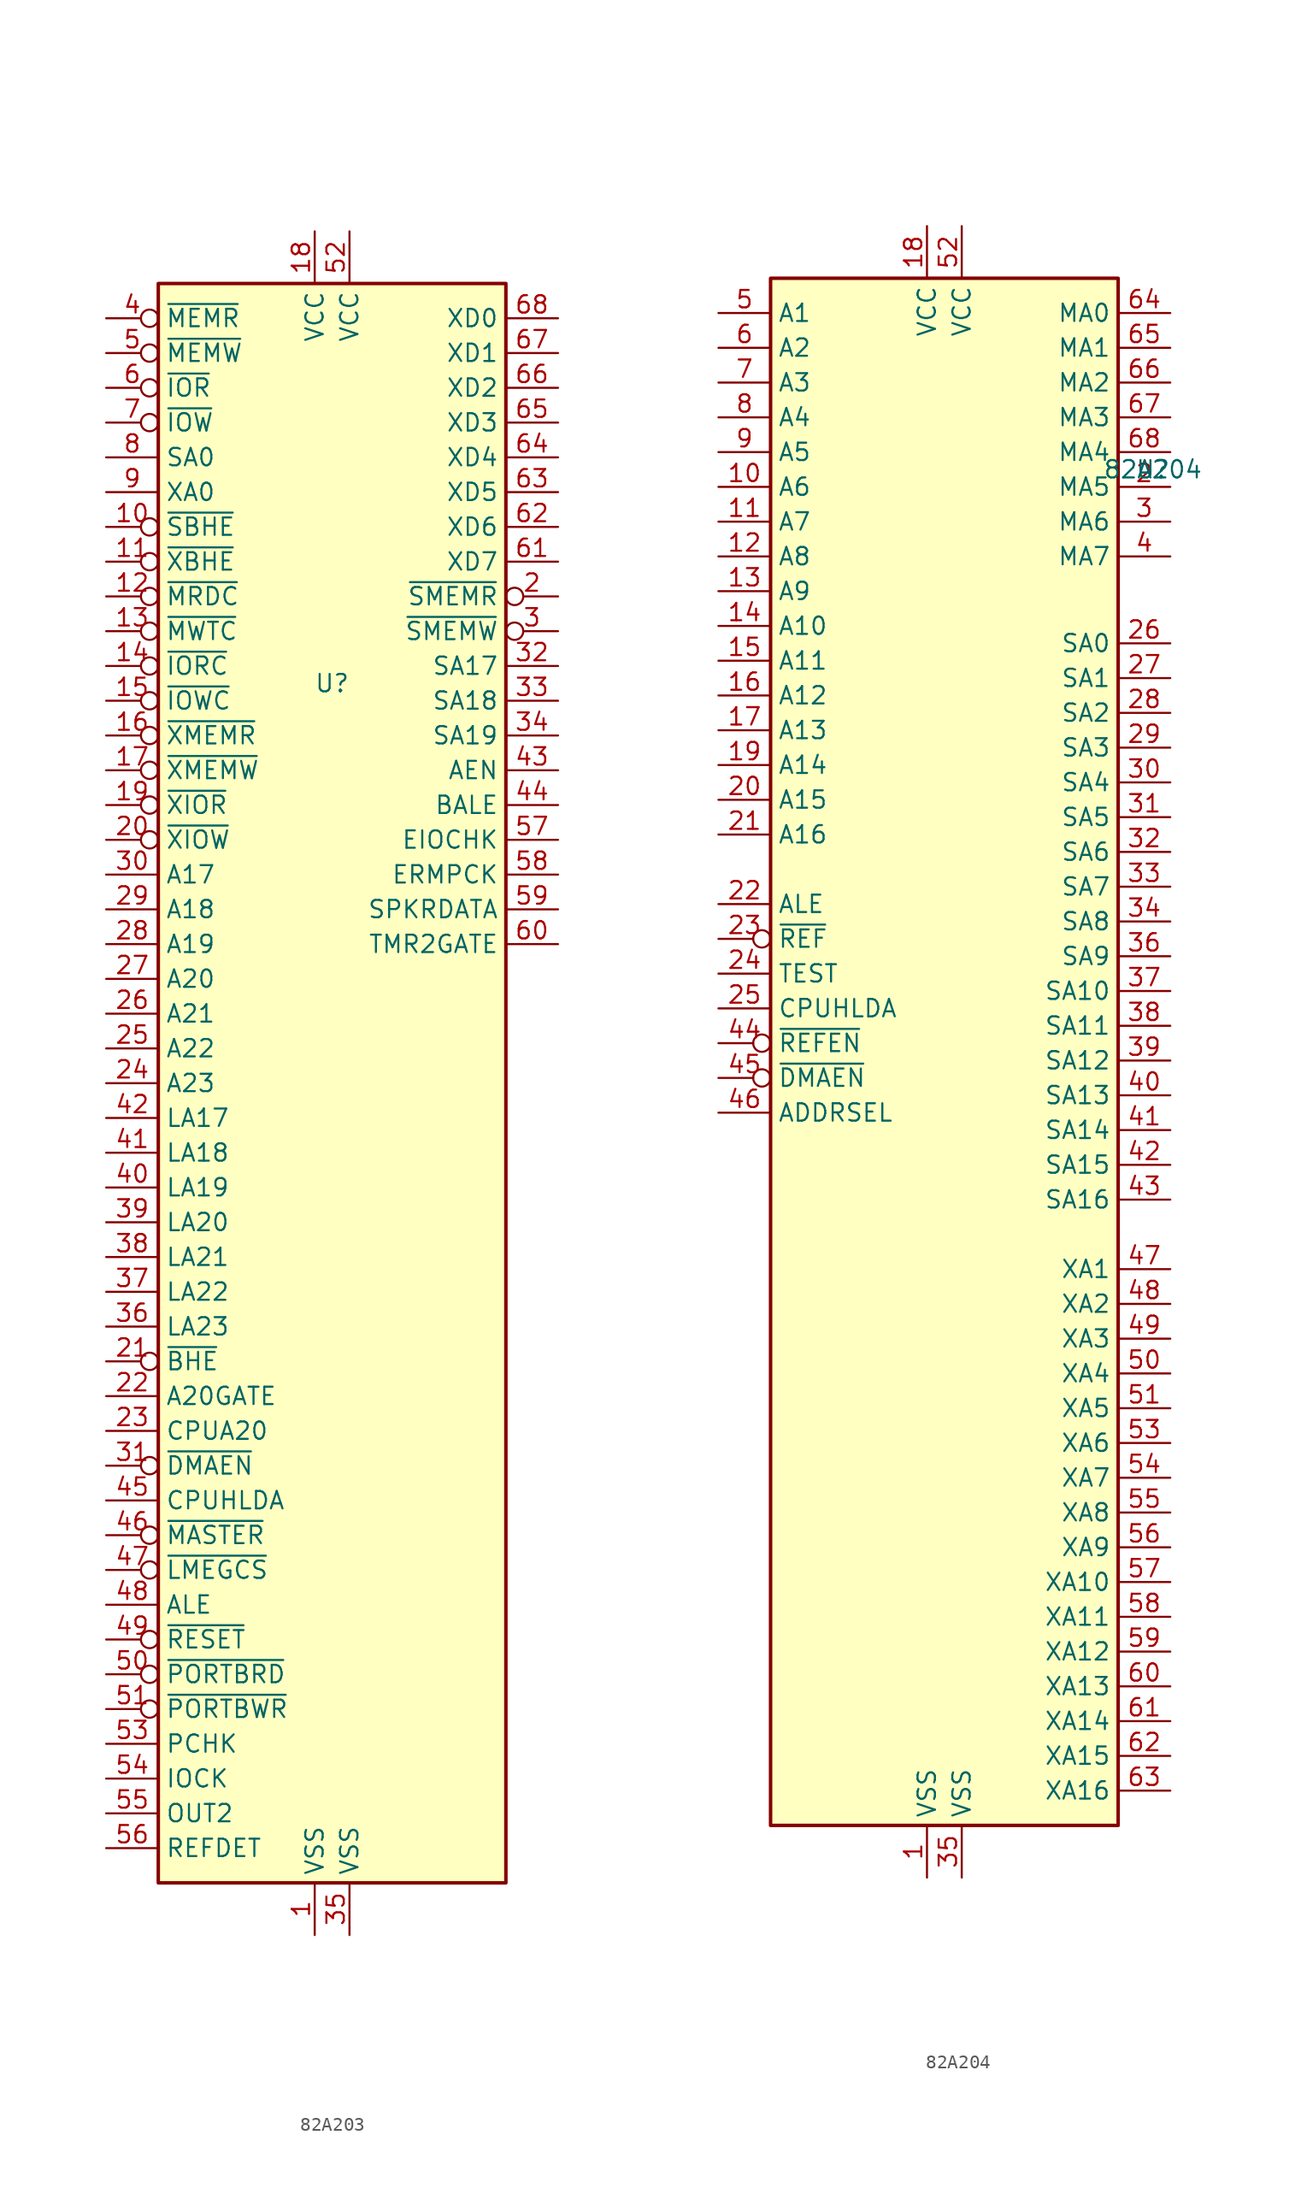
<source format=kicad_sym>
(kicad_symbol_lib
  (version 20231120)
  (generator "kicad_symbol_editor")
  (generator_version "8.0")
  (symbol "82A203"
    (property "Reference" "U"
      (at 0 29.21 0)
      (effects (font (size 1.27 1.27))))
    (property "Value" ""
      (at -1.27 53.34 0)
      (effects (font (size 1.27 1.27))))
    (symbol "82A203_1_1"
      (rectangle (start -12.7 58.42) (end 12.7 -58.42) (stroke (width 0.254) (type default)) (fill (type background)))
      (pin power_in line (at -1.27 -62.23 90) (length 3.81) (name "VSS" (effects (font (size 1.27 1.27)))) (number "1" (effects (font (size 1.27 1.27)))))
      (pin bidirectional inverted (at -16.51 40.64 0) (length 3.81) (name "~{SBHE}" (effects (font (size 1.27 1.27)))) (number "10" (effects (font (size 1.27 1.27)))))
      (pin bidirectional inverted (at -16.51 38.1 0) (length 3.81) (name "~{XBHE}" (effects (font (size 1.27 1.27)))) (number "11" (effects (font (size 1.27 1.27)))))
      (pin bidirectional inverted (at -16.51 35.56 0) (length 3.81) (name "~{MRDC}" (effects (font (size 1.27 1.27)))) (number "12" (effects (font (size 1.27 1.27)))))
      (pin bidirectional inverted (at -16.51 33.02 0) (length 3.81) (name "~{MWTC}" (effects (font (size 1.27 1.27)))) (number "13" (effects (font (size 1.27 1.27)))))
      (pin bidirectional inverted (at -16.51 30.48 0) (length 3.81) (name "~{IORC}" (effects (font (size 1.27 1.27)))) (number "14" (effects (font (size 1.27 1.27)))))
      (pin bidirectional inverted (at -16.51 27.94 0) (length 3.81) (name "~{IOWC}" (effects (font (size 1.27 1.27)))) (number "15" (effects (font (size 1.27 1.27)))))
      (pin bidirectional inverted (at -16.51 25.4 0) (length 3.81) (name "~{XMEMR}" (effects (font (size 1.27 1.27)))) (number "16" (effects (font (size 1.27 1.27)))))
      (pin bidirectional inverted (at -16.51 22.86 0) (length 3.81) (name "~{XMEMW}" (effects (font (size 1.27 1.27)))) (number "17" (effects (font (size 1.27 1.27)))))
      (pin power_in line (at -1.27 62.23 270) (length 3.81) (name "VCC" (effects (font (size 1.27 1.27)))) (number "18" (effects (font (size 1.27 1.27)))))
      (pin bidirectional inverted (at -16.51 20.32 0) (length 3.81) (name "~{XIOR}" (effects (font (size 1.27 1.27)))) (number "19" (effects (font (size 1.27 1.27)))))
      (pin output inverted (at 16.51 35.56 180) (length 3.81) (name "~{SMEMR}" (effects (font (size 1.27 1.27)))) (number "2" (effects (font (size 1.27 1.27)))))
      (pin bidirectional inverted (at -16.51 17.78 0) (length 3.81) (name "~{XIOW}" (effects (font (size 1.27 1.27)))) (number "20" (effects (font (size 1.27 1.27)))))
      (pin input inverted (at -16.51 -20.32 0) (length 3.81) (name "~{BHE}" (effects (font (size 1.27 1.27)))) (number "21" (effects (font (size 1.27 1.27)))))
      (pin input line (at -16.51 -22.86 0) (length 3.81) (name "A20GATE" (effects (font (size 1.27 1.27)))) (number "22" (effects (font (size 1.27 1.27)))))
      (pin input line (at -16.51 -25.4 0) (length 3.81) (name "CPUA20" (effects (font (size 1.27 1.27)))) (number "23" (effects (font (size 1.27 1.27)))))
      (pin bidirectional line (at -16.51 0 0) (length 3.81) (name "A23" (effects (font (size 1.27 1.27)))) (number "24" (effects (font (size 1.27 1.27)))))
      (pin bidirectional line (at -16.51 2.54 0) (length 3.81) (name "A22" (effects (font (size 1.27 1.27)))) (number "25" (effects (font (size 1.27 1.27)))))
      (pin bidirectional line (at -16.51 5.08 0) (length 3.81) (name "A21" (effects (font (size 1.27 1.27)))) (number "26" (effects (font (size 1.27 1.27)))))
      (pin bidirectional line (at -16.51 7.62 0) (length 3.81) (name "A20" (effects (font (size 1.27 1.27)))) (number "27" (effects (font (size 1.27 1.27)))))
      (pin bidirectional line (at -16.51 10.16 0) (length 3.81) (name "A19" (effects (font (size 1.27 1.27)))) (number "28" (effects (font (size 1.27 1.27)))))
      (pin bidirectional line (at -16.51 12.7 0) (length 3.81) (name "A18" (effects (font (size 1.27 1.27)))) (number "29" (effects (font (size 1.27 1.27)))))
      (pin output inverted (at 16.51 33.02 180) (length 3.81) (name "~{SMEMW}" (effects (font (size 1.27 1.27)))) (number "3" (effects (font (size 1.27 1.27)))))
      (pin bidirectional line (at -16.51 15.24 0) (length 3.81) (name "A17" (effects (font (size 1.27 1.27)))) (number "30" (effects (font (size 1.27 1.27)))))
      (pin input inverted (at -16.51 -27.94 0) (length 3.81) (name "~{DMAEN}" (effects (font (size 1.27 1.27)))) (number "31" (effects (font (size 1.27 1.27)))))
      (pin output line (at 16.51 30.48 180) (length 3.81) (name "SA17" (effects (font (size 1.27 1.27)))) (number "32" (effects (font (size 1.27 1.27)))))
      (pin output line (at 16.51 27.94 180) (length 3.81) (name "SA18" (effects (font (size 1.27 1.27)))) (number "33" (effects (font (size 1.27 1.27)))))
      (pin output line (at 16.51 25.4 180) (length 3.81) (name "SA19" (effects (font (size 1.27 1.27)))) (number "34" (effects (font (size 1.27 1.27)))))
      (pin power_in line (at 1.27 -62.23 90) (length 3.81) (name "VSS" (effects (font (size 1.27 1.27)))) (number "35" (effects (font (size 1.27 1.27)))))
      (pin bidirectional line (at -16.51 -17.78 0) (length 3.81) (name "LA23" (effects (font (size 1.27 1.27)))) (number "36" (effects (font (size 1.27 1.27)))))
      (pin bidirectional line (at -16.51 -15.24 0) (length 3.81) (name "LA22" (effects (font (size 1.27 1.27)))) (number "37" (effects (font (size 1.27 1.27)))))
      (pin bidirectional line (at -16.51 -12.7 0) (length 3.81) (name "LA21" (effects (font (size 1.27 1.27)))) (number "38" (effects (font (size 1.27 1.27)))))
      (pin bidirectional line (at -16.51 -10.16 0) (length 3.81) (name "LA20" (effects (font (size 1.27 1.27)))) (number "39" (effects (font (size 1.27 1.27)))))
      (pin bidirectional inverted (at -16.51 55.88 0) (length 3.81) (name "~{MEMR}" (effects (font (size 1.27 1.27)))) (number "4" (effects (font (size 1.27 1.27)))))
      (pin bidirectional line (at -16.51 -7.62 0) (length 3.81) (name "LA19" (effects (font (size 1.27 1.27)))) (number "40" (effects (font (size 1.27 1.27)))))
      (pin bidirectional line (at -16.51 -5.08 0) (length 3.81) (name "LA18" (effects (font (size 1.27 1.27)))) (number "41" (effects (font (size 1.27 1.27)))))
      (pin bidirectional line (at -16.51 -2.54 0) (length 3.81) (name "LA17" (effects (font (size 1.27 1.27)))) (number "42" (effects (font (size 1.27 1.27)))))
      (pin output line (at 16.51 22.86 180) (length 3.81) (name "AEN" (effects (font (size 1.27 1.27)))) (number "43" (effects (font (size 1.27 1.27)))))
      (pin output line (at 16.51 20.32 180) (length 3.81) (name "BALE" (effects (font (size 1.27 1.27)))) (number "44" (effects (font (size 1.27 1.27)))))
      (pin input line (at -16.51 -30.48 0) (length 3.81) (name "CPUHLDA" (effects (font (size 1.27 1.27)))) (number "45" (effects (font (size 1.27 1.27)))))
      (pin input inverted (at -16.51 -33.02 0) (length 3.81) (name "~{MASTER}" (effects (font (size 1.27 1.27)))) (number "46" (effects (font (size 1.27 1.27)))))
      (pin input inverted (at -16.51 -35.56 0) (length 3.81) (name "~{LMEGCS}" (effects (font (size 1.27 1.27)))) (number "47" (effects (font (size 1.27 1.27)))))
      (pin input line (at -16.51 -38.1 0) (length 3.81) (name "ALE" (effects (font (size 1.27 1.27)))) (number "48" (effects (font (size 1.27 1.27)))))
      (pin input inverted (at -16.51 -40.64 0) (length 3.81) (name "~{RESET}" (effects (font (size 1.27 1.27)))) (number "49" (effects (font (size 1.27 1.27)))))
      (pin bidirectional inverted (at -16.51 53.34 0) (length 3.81) (name "~{MEMW}" (effects (font (size 1.27 1.27)))) (number "5" (effects (font (size 1.27 1.27)))))
      (pin input inverted (at -16.51 -43.18 0) (length 3.81) (name "~{PORTBRD}" (effects (font (size 1.27 1.27)))) (number "50" (effects (font (size 1.27 1.27)))))
      (pin input inverted (at -16.51 -45.72 0) (length 3.81) (name "~{PORTBWR}" (effects (font (size 1.27 1.27)))) (number "51" (effects (font (size 1.27 1.27)))))
      (pin power_in line (at 1.27 62.23 270) (length 3.81) (name "VCC" (effects (font (size 1.27 1.27)))) (number "52" (effects (font (size 1.27 1.27)))))
      (pin input line (at -16.51 -48.26 0) (length 3.81) (name "PCHK" (effects (font (size 1.27 1.27)))) (number "53" (effects (font (size 1.27 1.27)))))
      (pin input line (at -16.51 -50.8 0) (length 3.81) (name "IOCK" (effects (font (size 1.27 1.27)))) (number "54" (effects (font (size 1.27 1.27)))))
      (pin input line (at -16.51 -53.34 0) (length 3.81) (name "OUT2" (effects (font (size 1.27 1.27)))) (number "55" (effects (font (size 1.27 1.27)))))
      (pin input line (at -16.51 -55.88 0) (length 3.81) (name "REFDET" (effects (font (size 1.27 1.27)))) (number "56" (effects (font (size 1.27 1.27)))))
      (pin output line (at 16.51 17.78 180) (length 3.81) (name "EIOCHK" (effects (font (size 1.27 1.27)))) (number "57" (effects (font (size 1.27 1.27)))))
      (pin output line (at 16.51 15.24 180) (length 3.81) (name "ERMPCK" (effects (font (size 1.27 1.27)))) (number "58" (effects (font (size 1.27 1.27)))))
      (pin output line (at 16.51 12.7 180) (length 3.81) (name "SPKRDATA" (effects (font (size 1.27 1.27)))) (number "59" (effects (font (size 1.27 1.27)))))
      (pin bidirectional inverted (at -16.51 50.8 0) (length 3.81) (name "~{IOR}" (effects (font (size 1.27 1.27)))) (number "6" (effects (font (size 1.27 1.27)))))
      (pin output line (at 16.51 10.16 180) (length 3.81) (name "TMR2GATE" (effects (font (size 1.27 1.27)))) (number "60" (effects (font (size 1.27 1.27)))))
      (pin output line (at 16.51 38.1 180) (length 3.81) (name "XD7" (effects (font (size 1.27 1.27)))) (number "61" (effects (font (size 1.27 1.27)))))
      (pin output line (at 16.51 40.64 180) (length 3.81) (name "XD6" (effects (font (size 1.27 1.27)))) (number "62" (effects (font (size 1.27 1.27)))))
      (pin output line (at 16.51 43.18 180) (length 3.81) (name "XD5" (effects (font (size 1.27 1.27)))) (number "63" (effects (font (size 1.27 1.27)))))
      (pin output line (at 16.51 45.72 180) (length 3.81) (name "XD4" (effects (font (size 1.27 1.27)))) (number "64" (effects (font (size 1.27 1.27)))))
      (pin bidirectional line (at 16.51 48.26 180) (length 3.81) (name "XD3" (effects (font (size 1.27 1.27)))) (number "65" (effects (font (size 1.27 1.27)))))
      (pin bidirectional line (at 16.51 50.8 180) (length 3.81) (name "XD2" (effects (font (size 1.27 1.27)))) (number "66" (effects (font (size 1.27 1.27)))))
      (pin bidirectional line (at 16.51 53.34 180) (length 3.81) (name "XD1" (effects (font (size 1.27 1.27)))) (number "67" (effects (font (size 1.27 1.27)))))
      (pin bidirectional line (at 16.51 55.88 180) (length 3.81) (name "XD0" (effects (font (size 1.27 1.27)))) (number "68" (effects (font (size 1.27 1.27)))))
      (pin bidirectional inverted (at -16.51 48.26 0) (length 3.81) (name "~{IOW}" (effects (font (size 1.27 1.27)))) (number "7" (effects (font (size 1.27 1.27)))))
      (pin bidirectional line (at -16.51 45.72 0) (length 3.81) (name "SA0" (effects (font (size 1.27 1.27)))) (number "8" (effects (font (size 1.27 1.27)))))
      (pin bidirectional line (at -16.51 43.18 0) (length 3.81) (name "XA0" (effects (font (size 1.27 1.27)))) (number "9" (effects (font (size 1.27 1.27)))))))
  (symbol "82A204"
    (property "Reference" "U"
      (at 15.24 41.91 0)
      (effects (font (size 1.27 1.27))))
    (property "Value" "82A204"
      (at 15.24 41.91 0)
      (effects (font (size 1.27 1.27))))
    (symbol "82A204_1_1"
      (rectangle (start -12.7 55.88) (end 12.7 -57.15) (stroke (width 0.254) (type default)) (fill (type background)))
      (pin power_in line (at -1.27 -60.96 90) (length 3.81) (name "VSS" (effects (font (size 1.27 1.27)))) (number "1" (effects (font (size 1.27 1.27)))))
      (pin input line (at -16.51 40.64 0) (length 3.81) (name "A6" (effects (font (size 1.27 1.27)))) (number "10" (effects (font (size 1.27 1.27)))))
      (pin input line (at -16.51 38.1 0) (length 3.81) (name "A7" (effects (font (size 1.27 1.27)))) (number "11" (effects (font (size 1.27 1.27)))))
      (pin input line (at -16.51 35.56 0) (length 3.81) (name "A8" (effects (font (size 1.27 1.27)))) (number "12" (effects (font (size 1.27 1.27)))))
      (pin input line (at -16.51 33.02 0) (length 3.81) (name "A9" (effects (font (size 1.27 1.27)))) (number "13" (effects (font (size 1.27 1.27)))))
      (pin input line (at -16.51 30.48 0) (length 3.81) (name "A10" (effects (font (size 1.27 1.27)))) (number "14" (effects (font (size 1.27 1.27)))))
      (pin input line (at -16.51 27.94 0) (length 3.81) (name "A11" (effects (font (size 1.27 1.27)))) (number "15" (effects (font (size 1.27 1.27)))))
      (pin input line (at -16.51 25.4 0) (length 3.81) (name "A12" (effects (font (size 1.27 1.27)))) (number "16" (effects (font (size 1.27 1.27)))))
      (pin input line (at -16.51 22.86 0) (length 3.81) (name "A13" (effects (font (size 1.27 1.27)))) (number "17" (effects (font (size 1.27 1.27)))))
      (pin power_in line (at -1.27 59.69 270) (length 3.81) (name "VCC" (effects (font (size 1.27 1.27)))) (number "18" (effects (font (size 1.27 1.27)))))
      (pin input line (at -16.51 20.32 0) (length 3.81) (name "A14" (effects (font (size 1.27 1.27)))) (number "19" (effects (font (size 1.27 1.27)))))
      (pin output line (at 16.51 40.64 180) (length 3.81) (name "MA5" (effects (font (size 1.27 1.27)))) (number "2" (effects (font (size 1.27 1.27)))))
      (pin input line (at -16.51 17.78 0) (length 3.81) (name "A15" (effects (font (size 1.27 1.27)))) (number "20" (effects (font (size 1.27 1.27)))))
      (pin input line (at -16.51 15.24 0) (length 3.81) (name "A16" (effects (font (size 1.27 1.27)))) (number "21" (effects (font (size 1.27 1.27)))))
      (pin input line (at -16.51 10.16 0) (length 3.81) (name "ALE" (effects (font (size 1.27 1.27)))) (number "22" (effects (font (size 1.27 1.27)))))
      (pin input inverted (at -16.51 7.62 0) (length 3.81) (name "~{REF}" (effects (font (size 1.27 1.27)))) (number "23" (effects (font (size 1.27 1.27)))))
      (pin input line (at -16.51 5.08 0) (length 3.81) (name "TEST" (effects (font (size 1.27 1.27)))) (number "24" (effects (font (size 1.27 1.27)))))
      (pin input line (at -16.51 2.54 0) (length 3.81) (name "CPUHLDA" (effects (font (size 1.27 1.27)))) (number "25" (effects (font (size 1.27 1.27)))))
      (pin output line (at 16.51 29.21 180) (length 3.81) (name "SA0" (effects (font (size 1.27 1.27)))) (number "26" (effects (font (size 1.27 1.27)))))
      (pin bidirectional line (at 16.51 26.67 180) (length 3.81) (name "SA1" (effects (font (size 1.27 1.27)))) (number "27" (effects (font (size 1.27 1.27)))))
      (pin bidirectional line (at 16.51 24.13 180) (length 3.81) (name "SA2" (effects (font (size 1.27 1.27)))) (number "28" (effects (font (size 1.27 1.27)))))
      (pin bidirectional line (at 16.51 21.59 180) (length 3.81) (name "SA3" (effects (font (size 1.27 1.27)))) (number "29" (effects (font (size 1.27 1.27)))))
      (pin output line (at 16.51 38.1 180) (length 3.81) (name "MA6" (effects (font (size 1.27 1.27)))) (number "3" (effects (font (size 1.27 1.27)))))
      (pin bidirectional line (at 16.51 19.05 180) (length 3.81) (name "SA4" (effects (font (size 1.27 1.27)))) (number "30" (effects (font (size 1.27 1.27)))))
      (pin bidirectional line (at 16.51 16.51 180) (length 3.81) (name "SA5" (effects (font (size 1.27 1.27)))) (number "31" (effects (font (size 1.27 1.27)))))
      (pin bidirectional line (at 16.51 13.97 180) (length 3.81) (name "SA6" (effects (font (size 1.27 1.27)))) (number "32" (effects (font (size 1.27 1.27)))))
      (pin bidirectional line (at 16.51 11.43 180) (length 3.81) (name "SA7" (effects (font (size 1.27 1.27)))) (number "33" (effects (font (size 1.27 1.27)))))
      (pin bidirectional line (at 16.51 8.89 180) (length 3.81) (name "SA8" (effects (font (size 1.27 1.27)))) (number "34" (effects (font (size 1.27 1.27)))))
      (pin power_in line (at 1.27 -60.96 90) (length 3.81) (name "VSS" (effects (font (size 1.27 1.27)))) (number "35" (effects (font (size 1.27 1.27)))))
      (pin bidirectional line (at 16.51 6.35 180) (length 3.81) (name "SA9" (effects (font (size 1.27 1.27)))) (number "36" (effects (font (size 1.27 1.27)))))
      (pin bidirectional line (at 16.51 3.81 180) (length 3.81) (name "SA10" (effects (font (size 1.27 1.27)))) (number "37" (effects (font (size 1.27 1.27)))))
      (pin bidirectional line (at 16.51 1.27 180) (length 3.81) (name "SA11" (effects (font (size 1.27 1.27)))) (number "38" (effects (font (size 1.27 1.27)))))
      (pin bidirectional line (at 16.51 -1.27 180) (length 3.81) (name "SA12" (effects (font (size 1.27 1.27)))) (number "39" (effects (font (size 1.27 1.27)))))
      (pin output line (at 16.51 35.56 180) (length 3.81) (name "MA7" (effects (font (size 1.27 1.27)))) (number "4" (effects (font (size 1.27 1.27)))))
      (pin bidirectional line (at 16.51 -3.81 180) (length 3.81) (name "SA13" (effects (font (size 1.27 1.27)))) (number "40" (effects (font (size 1.27 1.27)))))
      (pin bidirectional line (at 16.51 -6.35 180) (length 3.81) (name "SA14" (effects (font (size 1.27 1.27)))) (number "41" (effects (font (size 1.27 1.27)))))
      (pin bidirectional line (at 16.51 -8.89 180) (length 3.81) (name "SA15" (effects (font (size 1.27 1.27)))) (number "42" (effects (font (size 1.27 1.27)))))
      (pin bidirectional line (at 16.51 -11.43 180) (length 3.81) (name "SA16" (effects (font (size 1.27 1.27)))) (number "43" (effects (font (size 1.27 1.27)))))
      (pin input inverted (at -16.51 0 0) (length 3.81) (name "~{REFEN}" (effects (font (size 1.27 1.27)))) (number "44" (effects (font (size 1.27 1.27)))))
      (pin input inverted (at -16.51 -2.54 0) (length 3.81) (name "~{DMAEN}" (effects (font (size 1.27 1.27)))) (number "45" (effects (font (size 1.27 1.27)))))
      (pin input line (at -16.51 -5.08 0) (length 3.81) (name "ADDRSEL" (effects (font (size 1.27 1.27)))) (number "46" (effects (font (size 1.27 1.27)))))
      (pin bidirectional line (at 16.51 -16.51 180) (length 3.81) (name "XA1" (effects (font (size 1.27 1.27)))) (number "47" (effects (font (size 1.27 1.27)))))
      (pin bidirectional line (at 16.51 -19.05 180) (length 3.81) (name "XA2" (effects (font (size 1.27 1.27)))) (number "48" (effects (font (size 1.27 1.27)))))
      (pin bidirectional line (at 16.51 -21.59 180) (length 3.81) (name "XA3" (effects (font (size 1.27 1.27)))) (number "49" (effects (font (size 1.27 1.27)))))
      (pin input line (at -16.51 53.34 0) (length 3.81) (name "A1" (effects (font (size 1.27 1.27)))) (number "5" (effects (font (size 1.27 1.27)))))
      (pin bidirectional line (at 16.51 -24.13 180) (length 3.81) (name "XA4" (effects (font (size 1.27 1.27)))) (number "50" (effects (font (size 1.27 1.27)))))
      (pin bidirectional line (at 16.51 -26.67 180) (length 3.81) (name "XA5" (effects (font (size 1.27 1.27)))) (number "51" (effects (font (size 1.27 1.27)))))
      (pin power_in line (at 1.27 59.69 270) (length 3.81) (name "VCC" (effects (font (size 1.27 1.27)))) (number "52" (effects (font (size 1.27 1.27)))))
      (pin bidirectional line (at 16.51 -29.21 180) (length 3.81) (name "XA6" (effects (font (size 1.27 1.27)))) (number "53" (effects (font (size 1.27 1.27)))))
      (pin bidirectional line (at 16.51 -31.75 180) (length 3.81) (name "XA7" (effects (font (size 1.27 1.27)))) (number "54" (effects (font (size 1.27 1.27)))))
      (pin bidirectional line (at 16.51 -34.29 180) (length 3.81) (name "XA8" (effects (font (size 1.27 1.27)))) (number "55" (effects (font (size 1.27 1.27)))))
      (pin bidirectional line (at 16.51 -36.83 180) (length 3.81) (name "XA9" (effects (font (size 1.27 1.27)))) (number "56" (effects (font (size 1.27 1.27)))))
      (pin bidirectional line (at 16.51 -39.37 180) (length 3.81) (name "XA10" (effects (font (size 1.27 1.27)))) (number "57" (effects (font (size 1.27 1.27)))))
      (pin bidirectional line (at 16.51 -41.91 180) (length 3.81) (name "XA11" (effects (font (size 1.27 1.27)))) (number "58" (effects (font (size 1.27 1.27)))))
      (pin bidirectional line (at 16.51 -44.45 180) (length 3.81) (name "XA12" (effects (font (size 1.27 1.27)))) (number "59" (effects (font (size 1.27 1.27)))))
      (pin input line (at -16.51 50.8 0) (length 3.81) (name "A2" (effects (font (size 1.27 1.27)))) (number "6" (effects (font (size 1.27 1.27)))))
      (pin bidirectional line (at 16.51 -46.99 180) (length 3.81) (name "XA13" (effects (font (size 1.27 1.27)))) (number "60" (effects (font (size 1.27 1.27)))))
      (pin bidirectional line (at 16.51 -49.53 180) (length 3.81) (name "XA14" (effects (font (size 1.27 1.27)))) (number "61" (effects (font (size 1.27 1.27)))))
      (pin bidirectional line (at 16.51 -52.07 180) (length 3.81) (name "XA15" (effects (font (size 1.27 1.27)))) (number "62" (effects (font (size 1.27 1.27)))))
      (pin bidirectional line (at 16.51 -54.61 180) (length 3.81) (name "XA16" (effects (font (size 1.27 1.27)))) (number "63" (effects (font (size 1.27 1.27)))))
      (pin output line (at 16.51 53.34 180) (length 3.81) (name "MA0" (effects (font (size 1.27 1.27)))) (number "64" (effects (font (size 1.27 1.27)))))
      (pin output line (at 16.51 50.8 180) (length 3.81) (name "MA1" (effects (font (size 1.27 1.27)))) (number "65" (effects (font (size 1.27 1.27)))))
      (pin output line (at 16.51 48.26 180) (length 3.81) (name "MA2" (effects (font (size 1.27 1.27)))) (number "66" (effects (font (size 1.27 1.27)))))
      (pin output line (at 16.51 45.72 180) (length 3.81) (name "MA3" (effects (font (size 1.27 1.27)))) (number "67" (effects (font (size 1.27 1.27)))))
      (pin output line (at 16.51 43.18 180) (length 3.81) (name "MA4" (effects (font (size 1.27 1.27)))) (number "68" (effects (font (size 1.27 1.27)))))
      (pin input line (at -16.51 48.26 0) (length 3.81) (name "A3" (effects (font (size 1.27 1.27)))) (number "7" (effects (font (size 1.27 1.27)))))
      (pin input line (at -16.51 45.72 0) (length 3.81) (name "A4" (effects (font (size 1.27 1.27)))) (number "8" (effects (font (size 1.27 1.27)))))
      (pin input line (at -16.51 43.18 0) (length 3.81) (name "A5" (effects (font (size 1.27 1.27)))) (number "9" (effects (font (size 1.27 1.27))))))))
</source>
